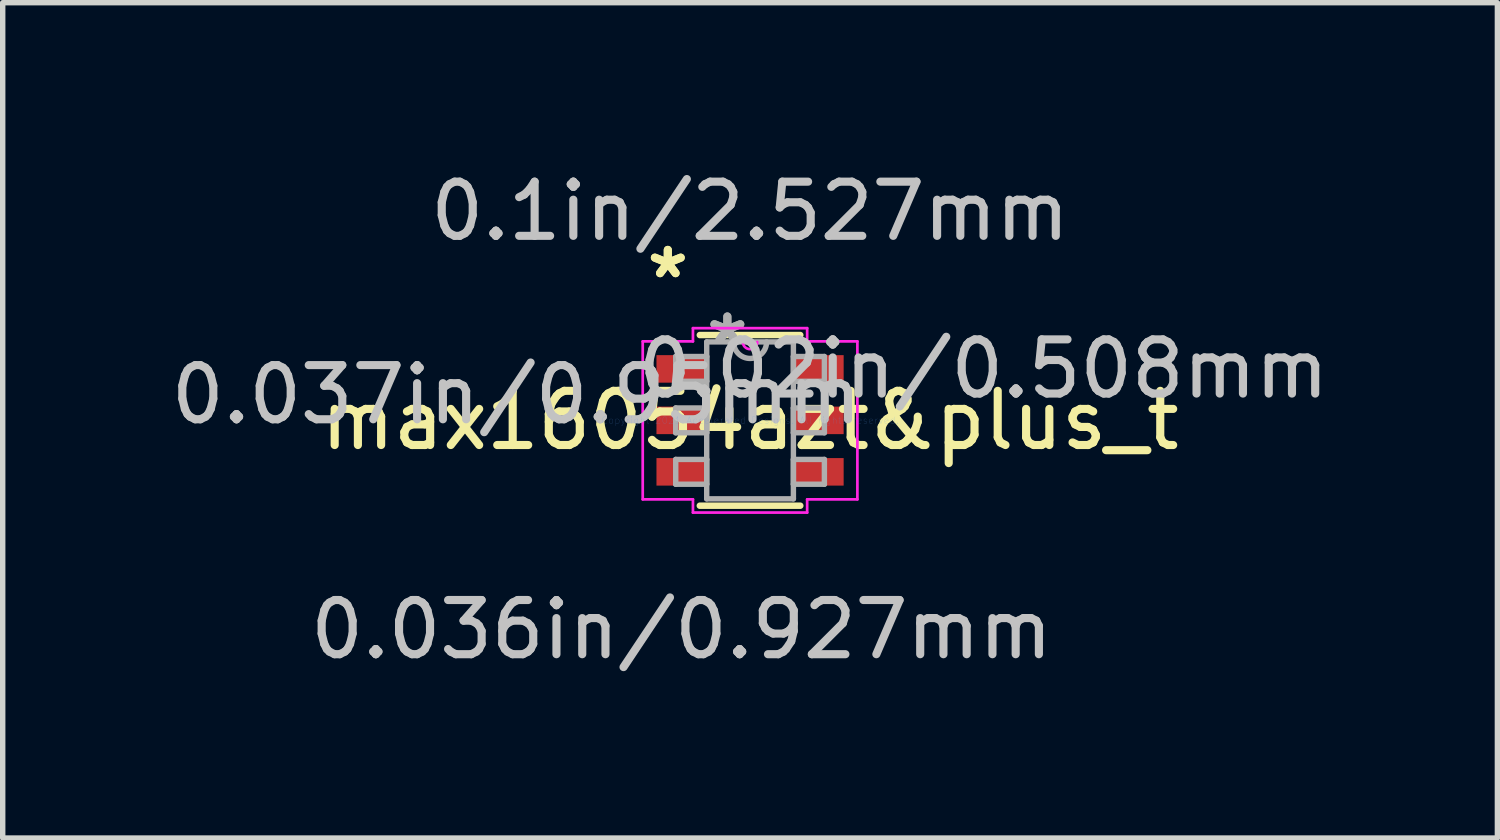
<source format=kicad_pcb>
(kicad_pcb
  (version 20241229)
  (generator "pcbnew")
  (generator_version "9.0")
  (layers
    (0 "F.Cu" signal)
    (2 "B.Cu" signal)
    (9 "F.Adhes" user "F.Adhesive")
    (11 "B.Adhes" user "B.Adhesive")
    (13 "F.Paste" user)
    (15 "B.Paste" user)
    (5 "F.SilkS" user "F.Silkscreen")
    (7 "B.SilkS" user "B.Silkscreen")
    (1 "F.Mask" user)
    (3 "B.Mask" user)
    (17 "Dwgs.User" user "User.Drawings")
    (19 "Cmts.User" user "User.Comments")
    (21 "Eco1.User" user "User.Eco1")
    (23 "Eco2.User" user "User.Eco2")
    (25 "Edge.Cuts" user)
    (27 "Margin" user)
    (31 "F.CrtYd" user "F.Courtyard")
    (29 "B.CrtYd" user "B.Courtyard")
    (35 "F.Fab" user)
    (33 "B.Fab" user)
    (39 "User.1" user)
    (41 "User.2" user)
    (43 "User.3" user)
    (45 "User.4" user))
  (footprint "max16054azt&plus_t"
    (layer "F.Cu")
    (at 10.794 4.709)
    (property "Reference" "max16054azt&plus_t" (at 0 0 0) (layer "F.SilkS") (effects (font (size 1 1) (thickness 0.15))))
    (attr through_hole)
    (fp_line (start -0.927 1.575) (end 0.927 1.575) (stroke (width 0.12) (type solid)) (layer "F.SilkS"))
    (fp_line (start 0.927 -1.575) (end -0.927 -1.575) (stroke (width 0.12) (type solid)) (layer "F.SilkS"))
    (fp_line (start -1.981 -1.458) (end -1.054 -1.458) (stroke (width 0.05) (type solid)) (layer "F.CrtYd"))
    (fp_line (start -1.981 1.458) (end -1.981 -1.458) (stroke (width 0.05) (type solid)) (layer "F.CrtYd"))
    (fp_line (start -1.054 -1.702) (end 1.054 -1.702) (stroke (width 0.05) (type solid)) (layer "F.CrtYd"))
    (fp_line (start -1.054 -1.458) (end -1.054 -1.702) (stroke (width 0.05) (type solid)) (layer "F.CrtYd"))
    (fp_line (start -1.054 1.458) (end -1.981 1.458) (stroke (width 0.05) (type solid)) (layer "F.CrtYd"))
    (fp_line (start -1.054 1.702) (end -1.054 1.458) (stroke (width 0.05) (type solid)) (layer "F.CrtYd"))
    (fp_line (start 1.054 -1.702) (end 1.054 -1.458) (stroke (width 0.05) (type solid)) (layer "F.CrtYd"))
    (fp_line (start 1.054 -1.458) (end 1.981 -1.458) (stroke (width 0.05) (type solid)) (layer "F.CrtYd"))
    (fp_line (start 1.054 1.458) (end 1.054 1.702) (stroke (width 0.05) (type solid)) (layer "F.CrtYd"))
    (fp_line (start 1.054 1.702) (end -1.054 1.702) (stroke (width 0.05) (type solid)) (layer "F.CrtYd"))
    (fp_line (start 1.981 -1.458) (end 1.981 1.458) (stroke (width 0.05) (type solid)) (layer "F.CrtYd"))
    (fp_line (start 1.981 1.458) (end 1.054 1.458) (stroke (width 0.05) (type solid)) (layer "F.CrtYd"))
    (fp_arc (start 0.13335 -1.4478) (mid 0 -1.31445) (end -0.13335 -1.4478) (stroke (width 0.05) (type solid)) (layer "F.CrtYd"))
    (fp_line (start -1.372 -1.179) (end -1.372 -0.721) (stroke (width 0.1) (type solid)) (layer "F.Fab"))
    (fp_line (start -1.372 -0.721) (end -0.8 -0.721) (stroke (width 0.1) (type solid)) (layer "F.Fab"))
    (fp_line (start -1.372 -0.229) (end -1.372 0.229) (stroke (width 0.1) (type solid)) (layer "F.Fab"))
    (fp_line (start -1.372 0.229) (end -0.8 0.229) (stroke (width 0.1) (type solid)) (layer "F.Fab"))
    (fp_line (start -1.372 0.721) (end -1.372 1.179) (stroke (width 0.1) (type solid)) (layer "F.Fab"))
    (fp_line (start -1.372 1.179) (end -0.8 1.179) (stroke (width 0.1) (type solid)) (layer "F.Fab"))
    (fp_line (start -0.8 -1.448) (end -0.8 1.448) (stroke (width 0.1) (type solid)) (layer "F.Fab"))
    (fp_line (start -0.8 -1.179) (end -1.372 -1.179) (stroke (width 0.1) (type solid)) (layer "F.Fab"))
    (fp_line (start -0.8 -0.721) (end -0.8 -1.179) (stroke (width 0.1) (type solid)) (layer "F.Fab"))
    (fp_line (start -0.8 -0.229) (end -1.372 -0.229) (stroke (width 0.1) (type solid)) (layer "F.Fab"))
    (fp_line (start -0.8 0.229) (end -0.8 -0.229) (stroke (width 0.1) (type solid)) (layer "F.Fab"))
    (fp_line (start -0.8 0.721) (end -1.372 0.721) (stroke (width 0.1) (type solid)) (layer "F.Fab"))
    (fp_line (start -0.8 1.179) (end -0.8 0.721) (stroke (width 0.1) (type solid)) (layer "F.Fab"))
    (fp_line (start -0.8 1.448) (end 0.8 1.448) (stroke (width 0.1) (type solid)) (layer "F.Fab"))
    (fp_line (start 0.8 -1.448) (end -0.8 -1.448) (stroke (width 0.1) (type solid)) (layer "F.Fab"))
    (fp_line (start 0.8 -1.179) (end 0.8 -0.721) (stroke (width 0.1) (type solid)) (layer "F.Fab"))
    (fp_line (start 0.8 -0.721) (end 1.372 -0.721) (stroke (width 0.1) (type solid)) (layer "F.Fab"))
    (fp_line (start 0.8 -0.229) (end 0.8 0.229) (stroke (width 0.1) (type solid)) (layer "F.Fab"))
    (fp_line (start 0.8 0.229) (end 1.372 0.229) (stroke (width 0.1) (type solid)) (layer "F.Fab"))
    (fp_line (start 0.8 0.721) (end 0.8 1.179) (stroke (width 0.1) (type solid)) (layer "F.Fab"))
    (fp_line (start 0.8 1.179) (end 1.372 1.179) (stroke (width 0.1) (type solid)) (layer "F.Fab"))
    (fp_line (start 0.8 1.448) (end 0.8 -1.448) (stroke (width 0.1) (type solid)) (layer "F.Fab"))
    (fp_line (start 1.372 -1.179) (end 0.8 -1.179) (stroke (width 0.1) (type solid)) (layer "F.Fab"))
    (fp_line (start 1.372 -0.721) (end 1.372 -1.179) (stroke (width 0.1) (type solid)) (layer "F.Fab"))
    (fp_line (start 1.372 -0.229) (end 0.8 -0.229) (stroke (width 0.1) (type solid)) (layer "F.Fab"))
    (fp_line (start 1.372 0.229) (end 1.372 -0.229) (stroke (width 0.1) (type solid)) (layer "F.Fab"))
    (fp_line (start 1.372 0.721) (end 0.8 0.721) (stroke (width 0.1) (type solid)) (layer "F.Fab"))
    (fp_line (start 1.372 1.179) (end 1.372 0.721) (stroke (width 0.1) (type solid)) (layer "F.Fab"))
    (fp_arc (start 0.3048 -1.4478) (mid 0 -1.143) (end -0.3048 -1.4478) (stroke (width 0.1) (type solid)) (layer "F.Fab"))
    (fp_text user "*" (at -1.518 -2.601 0) (layer "F.SilkS") (effects (font (size 1 1) (thickness 0.15))))
    (fp_text user "*" (at -1.518 -2.601 0) (layer "F.SilkS") (effects (font (size 1 1) (thickness 0.15))))
    (fp_text user "0.036in/0.927mm" (at -1.264 3.861 0) (layer "Dwgs.User") (effects (font (size 1 1) (thickness 0.15))))
    (fp_text user "0.02in/0.508mm" (at 4.312 -0.95 0) (layer "Dwgs.User") (effects (font (size 1 1) (thickness 0.15))))
    (fp_text user "0.037in/0.95mm" (at -4.312 -0.475 0) (layer "Dwgs.User") (effects (font (size 1 1) (thickness 0.15))))
    (fp_text user "0.1in/2.527mm" (at 0 -3.861 0) (layer "Dwgs.User") (effects (font (size 1 1) (thickness 0.15))))
    (fp_text user "Copyright 2021 Accelerated Designs. All rights reserved." (at 0 0 0) (layer "Cmts.User") (effects (font (size 0.127 0.127) (thickness 0.002))))
    (fp_text user "*" (at -0.419 -1.372 0) (layer "F.Fab") (effects (font (size 1 1) (thickness 0.15))))
    (fp_text user "*" (at -0.419 -1.372 0) (layer "F.Fab") (effects (font (size 1 1) (thickness 0.15))))
    (pad "1" smd rect (at -1.264 -0.95) (size 0.927 0.508) (layers "F.Cu" "F.Mask" "F.Paste"))
    (pad "2" smd rect (at -1.264 0) (size 0.927 0.508) (layers "F.Cu" "F.Mask" "F.Paste"))
    (pad "3" smd rect (at -1.264 0.95) (size 0.927 0.508) (layers "F.Cu" "F.Mask" "F.Paste"))
    (pad "4" smd rect (at 1.264 0.95) (size 0.927 0.508) (layers "F.Cu" "F.Mask" "F.Paste"))
    (pad "5" smd rect (at 1.264 0) (size 0.927 0.508) (layers "F.Cu" "F.Mask" "F.Paste"))
    (pad "6" smd rect (at 1.264 -0.95) (size 0.927 0.508) (layers "F.Cu" "F.Mask" "F.Paste")))
  (gr_rect
    (start -3 -3)
    (end 24.588 12.418)
    (stroke (width 0.1) (type default))
    (fill no)
    (layer "Edge.Cuts")))
</source>
